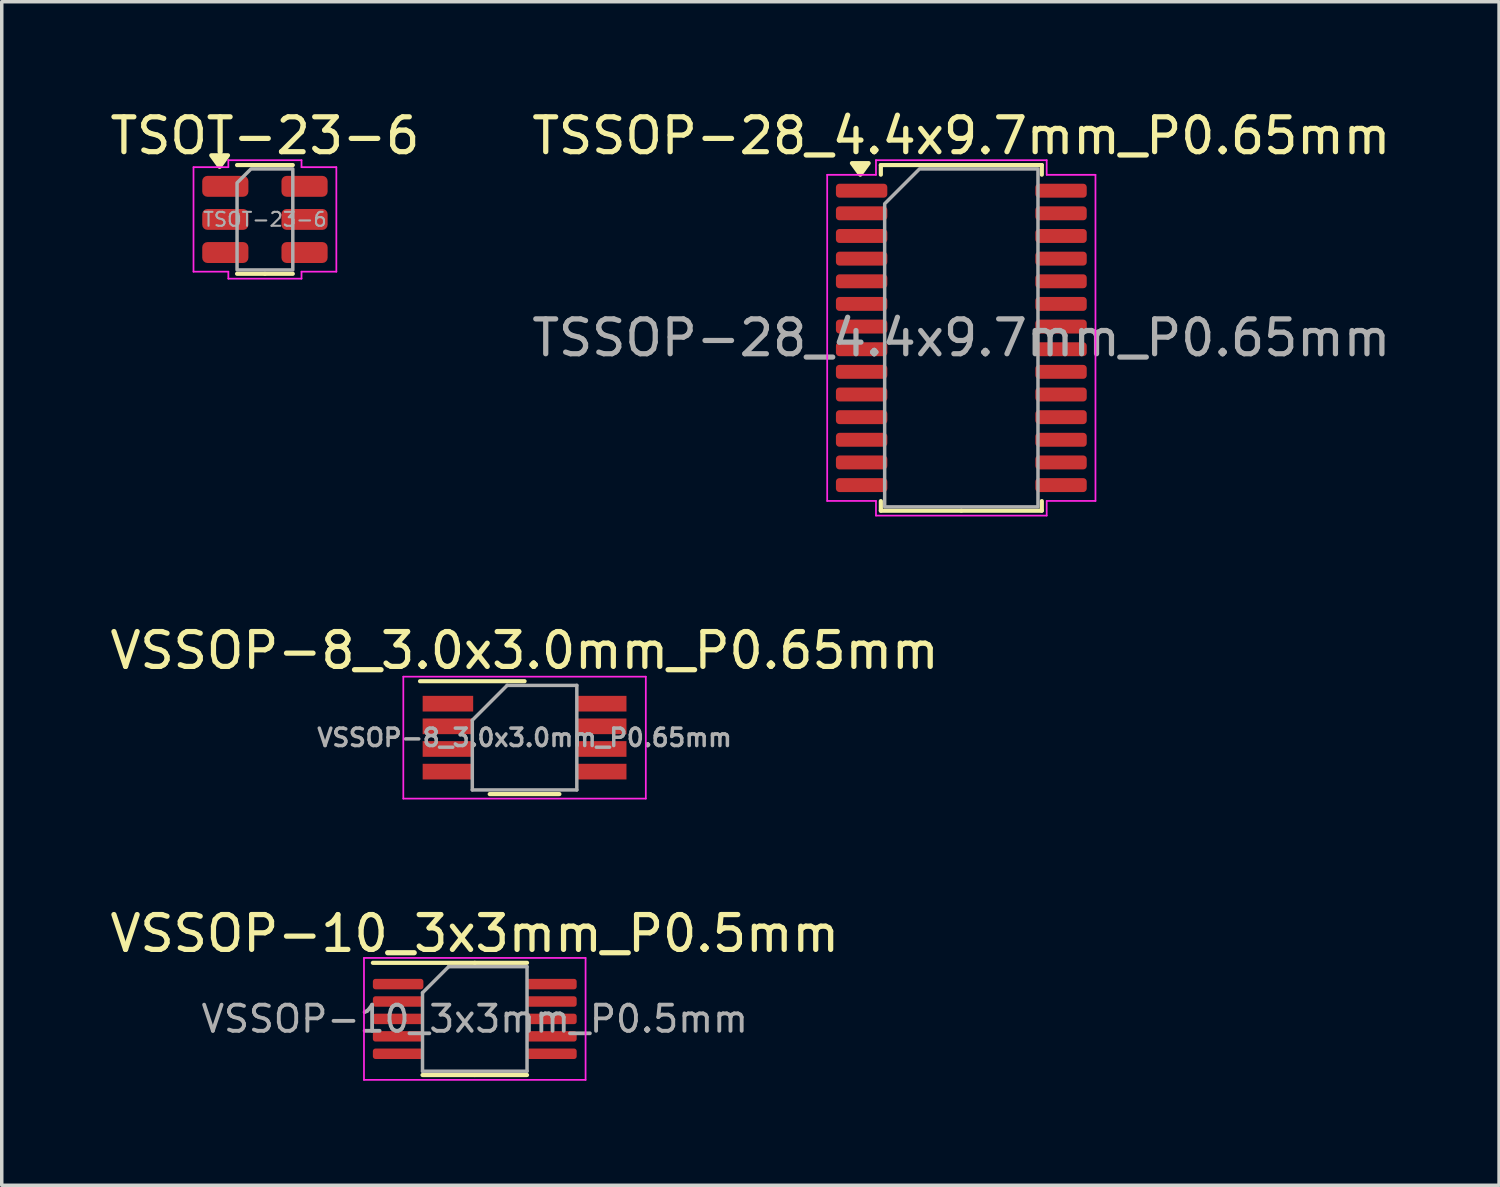
<source format=kicad_pcb>
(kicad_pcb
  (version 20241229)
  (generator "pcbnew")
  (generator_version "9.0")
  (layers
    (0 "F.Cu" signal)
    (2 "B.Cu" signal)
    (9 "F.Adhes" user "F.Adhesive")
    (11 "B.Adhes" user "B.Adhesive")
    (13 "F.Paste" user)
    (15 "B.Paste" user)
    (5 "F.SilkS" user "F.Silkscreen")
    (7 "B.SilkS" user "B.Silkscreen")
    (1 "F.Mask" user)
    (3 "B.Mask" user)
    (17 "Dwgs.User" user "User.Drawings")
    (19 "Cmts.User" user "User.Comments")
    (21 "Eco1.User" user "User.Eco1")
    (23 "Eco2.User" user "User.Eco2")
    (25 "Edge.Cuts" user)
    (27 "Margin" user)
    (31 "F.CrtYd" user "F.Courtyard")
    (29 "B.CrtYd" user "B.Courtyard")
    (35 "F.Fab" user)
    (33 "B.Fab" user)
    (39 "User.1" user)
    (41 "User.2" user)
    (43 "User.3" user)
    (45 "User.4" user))
  (footprint "VSSOP-8_3.0x3.0mm_P0.65mm"
    (layer "F.Cu")
    (at 12.006 18.122)
    (property "Reference" "VSSOP-8_3.0x3.0mm_P0.65mm" (at 0 -2.5 0) (layer "F.SilkS") (effects (font (size 1 1) (thickness 0.15))))
    (attr smd)
    (fp_line (start 0 -1.62) (end -3 -1.62) (stroke (width 0.12) (type solid)) (layer "F.SilkS"))
    (fp_line (start 1 1.62) (end -1 1.62) (stroke (width 0.12) (type solid)) (layer "F.SilkS"))
    (fp_line (start -3.48 -1.75) (end 3.48 -1.75) (stroke (width 0.05) (type solid)) (layer "F.CrtYd"))
    (fp_line (start -3.48 1.75) (end -3.48 -1.75) (stroke (width 0.05) (type solid)) (layer "F.CrtYd"))
    (fp_line (start 3.48 -1.75) (end 3.48 1.75) (stroke (width 0.05) (type solid)) (layer "F.CrtYd"))
    (fp_line (start 3.48 1.75) (end -3.48 1.75) (stroke (width 0.05) (type solid)) (layer "F.CrtYd"))
    (fp_line (start -1.5 1.5) (end -1.5 -0.5) (stroke (width 0.1) (type solid)) (layer "F.Fab"))
    (fp_line (start -0.5 -1.5) (end -1.5 -0.5) (stroke (width 0.1) (type solid)) (layer "F.Fab"))
    (fp_line (start -0.5 -1.5) (end 1.5 -1.5) (stroke (width 0.1) (type solid)) (layer "F.Fab"))
    (fp_line (start 1.5 -1.5) (end 1.5 1.5) (stroke (width 0.1) (type solid)) (layer "F.Fab"))
    (fp_line (start 1.5 1.5) (end -1.5 1.5) (stroke (width 0.1) (type solid)) (layer "F.Fab"))
    (fp_text user "${REFERENCE}" (at 0 0 0) (layer "F.Fab") (effects (font (size 0.5 0.5) (thickness 0.1))))
    (pad "1" smd rect (at -2.2 -0.975 270) (size 0.45 1.45) (layers "F.Cu" "F.Mask" "F.Paste"))
    (pad "2" smd rect (at -2.2 -0.325 270) (size 0.45 1.45) (layers "F.Cu" "F.Mask" "F.Paste"))
    (pad "3" smd rect (at -2.2 0.325 270) (size 0.45 1.45) (layers "F.Cu" "F.Mask" "F.Paste"))
    (pad "4" smd rect (at -2.2 0.975 270) (size 0.45 1.45) (layers "F.Cu" "F.Mask" "F.Paste"))
    (pad "5" smd rect (at 2.2 0.975 270) (size 0.45 1.45) (layers "F.Cu" "F.Mask" "F.Paste"))
    (pad "6" smd rect (at 2.2 0.325 270) (size 0.45 1.45) (layers "F.Cu" "F.Mask" "F.Paste"))
    (pad "7" smd rect (at 2.2 -0.325 270) (size 0.45 1.45) (layers "F.Cu" "F.Mask" "F.Paste"))
    (pad "8" smd rect (at 2.2 -0.975 270) (size 0.45 1.45) (layers "F.Cu" "F.Mask" "F.Paste")))
  (footprint "VSSOP-10_3x3mm_P0.5mm"
    (layer "F.Cu")
    (at 10.577 26.195)
    (property "Reference" "VSSOP-10_3x3mm_P0.5mm" (at 0 -2.45 0) (layer "F.SilkS") (effects (font (size 1 1) (thickness 0.15))))
    (attr smd)
    (fp_line (start 0 -1.61) (end -2.925 -1.61) (stroke (width 0.12) (type solid)) (layer "F.SilkS"))
    (fp_line (start 0 -1.61) (end 1.5 -1.61) (stroke (width 0.12) (type solid)) (layer "F.SilkS"))
    (fp_line (start 0 1.61) (end -1.5 1.61) (stroke (width 0.12) (type solid)) (layer "F.SilkS"))
    (fp_line (start 0 1.61) (end 1.5 1.61) (stroke (width 0.12) (type solid)) (layer "F.SilkS"))
    (fp_line (start -3.18 -1.75) (end -3.18 1.75) (stroke (width 0.05) (type solid)) (layer "F.CrtYd"))
    (fp_line (start -3.18 1.75) (end 3.18 1.75) (stroke (width 0.05) (type solid)) (layer "F.CrtYd"))
    (fp_line (start 3.18 -1.75) (end -3.18 -1.75) (stroke (width 0.05) (type solid)) (layer "F.CrtYd"))
    (fp_line (start 3.18 1.75) (end 3.18 -1.75) (stroke (width 0.05) (type solid)) (layer "F.CrtYd"))
    (fp_line (start -1.5 -0.75) (end -0.75 -1.5) (stroke (width 0.1) (type solid)) (layer "F.Fab"))
    (fp_line (start -1.5 1.5) (end -1.5 -0.75) (stroke (width 0.1) (type solid)) (layer "F.Fab"))
    (fp_line (start -0.75 -1.5) (end 1.5 -1.5) (stroke (width 0.1) (type solid)) (layer "F.Fab"))
    (fp_line (start 1.5 -1.5) (end 1.5 1.5) (stroke (width 0.1) (type solid)) (layer "F.Fab"))
    (fp_line (start 1.5 1.5) (end -1.5 1.5) (stroke (width 0.1) (type solid)) (layer "F.Fab"))
    (fp_text user "${REFERENCE}" (at 0 0 0) (layer "F.Fab") (effects (font (size 0.75 0.75) (thickness 0.11))))
    (pad "1" smd roundrect (at -2.2 -1) (size 1.45 0.3) (layers "F.Cu" "F.Mask" "F.Paste") (roundrect_rratio 0.25))
    (pad "2" smd roundrect (at -2.2 -0.5) (size 1.45 0.3) (layers "F.Cu" "F.Mask" "F.Paste") (roundrect_rratio 0.25))
    (pad "3" smd roundrect (at -2.2 0) (size 1.45 0.3) (layers "F.Cu" "F.Mask" "F.Paste") (roundrect_rratio 0.25))
    (pad "4" smd roundrect (at -2.2 0.5) (size 1.45 0.3) (layers "F.Cu" "F.Mask" "F.Paste") (roundrect_rratio 0.25))
    (pad "5" smd roundrect (at -2.2 1) (size 1.45 0.3) (layers "F.Cu" "F.Mask" "F.Paste") (roundrect_rratio 0.25))
    (pad "6" smd roundrect (at 2.2 1) (size 1.45 0.3) (layers "F.Cu" "F.Mask" "F.Paste") (roundrect_rratio 0.25))
    (pad "7" smd roundrect (at 2.2 0.5) (size 1.45 0.3) (layers "F.Cu" "F.Mask" "F.Paste") (roundrect_rratio 0.25))
    (pad "8" smd roundrect (at 2.2 0) (size 1.45 0.3) (layers "F.Cu" "F.Mask" "F.Paste") (roundrect_rratio 0.25))
    (pad "9" smd roundrect (at 2.2 -0.5) (size 1.45 0.3) (layers "F.Cu" "F.Mask" "F.Paste") (roundrect_rratio 0.25))
    (pad "10" smd roundrect (at 2.2 -1) (size 1.45 0.3) (layers "F.Cu" "F.Mask" "F.Paste") (roundrect_rratio 0.25)))
  (footprint "TSOT-23-6"
    (layer "F.Cu")
    (at 4.554 3.248)
    (property "Reference" "TSOT-23-6" (at 0 -2.4 0) (layer "F.SilkS") (effects (font (size 1 1) (thickness 0.15))))
    (attr smd)
    (fp_line (start 0 -1.56) (end -0.8 -1.56) (stroke (width 0.12) (type solid)) (layer "F.SilkS"))
    (fp_line (start 0 -1.56) (end 0.8 -1.56) (stroke (width 0.12) (type solid)) (layer "F.SilkS"))
    (fp_line (start 0 1.56) (end -0.8 1.56) (stroke (width 0.12) (type solid)) (layer "F.SilkS"))
    (fp_line (start 0 1.56) (end 0.8 1.56) (stroke (width 0.12) (type solid)) (layer "F.SilkS"))
    (fp_poly (pts (xy -1.3 -1.51) (xy -1.54 -1.84) (xy -1.06 -1.84)) (stroke (width 0.12) (type solid)) (fill yes) (layer "F.SilkS"))
    (fp_line (start -2.05 -1.5) (end -1.05 -1.5) (stroke (width 0.05) (type solid)) (layer "F.CrtYd"))
    (fp_line (start -2.05 1.5) (end -2.05 -1.5) (stroke (width 0.05) (type solid)) (layer "F.CrtYd"))
    (fp_line (start -1.05 -1.7) (end 1.05 -1.7) (stroke (width 0.05) (type solid)) (layer "F.CrtYd"))
    (fp_line (start -1.05 -1.5) (end -1.05 -1.7) (stroke (width 0.05) (type solid)) (layer "F.CrtYd"))
    (fp_line (start -1.05 1.5) (end -2.05 1.5) (stroke (width 0.05) (type solid)) (layer "F.CrtYd"))
    (fp_line (start -1.05 1.7) (end -1.05 1.5) (stroke (width 0.05) (type solid)) (layer "F.CrtYd"))
    (fp_line (start 1.05 -1.7) (end 1.05 -1.5) (stroke (width 0.05) (type solid)) (layer "F.CrtYd"))
    (fp_line (start 1.05 -1.5) (end 2.05 -1.5) (stroke (width 0.05) (type solid)) (layer "F.CrtYd"))
    (fp_line (start 1.05 1.5) (end 1.05 1.7) (stroke (width 0.05) (type solid)) (layer "F.CrtYd"))
    (fp_line (start 1.05 1.7) (end -1.05 1.7) (stroke (width 0.05) (type solid)) (layer "F.CrtYd"))
    (fp_line (start 2.05 -1.5) (end 2.05 1.5) (stroke (width 0.05) (type solid)) (layer "F.CrtYd"))
    (fp_line (start 2.05 1.5) (end 1.05 1.5) (stroke (width 0.05) (type solid)) (layer "F.CrtYd"))
    (fp_poly (pts (xy -0.8 -1.05) (xy -0.8 1.45) (xy 0.8 1.45) (xy 0.8 -1.45) (xy -0.4 -1.45)) (stroke (width 0.1) (type solid)) (fill no) (layer "F.Fab"))
    (fp_text user "${REFERENCE}" (at 0 0 0) (layer "F.Fab") (effects (font (size 0.4 0.4) (thickness 0.06))))
    (pad "1" smd roundrect (at -1.137 -0.95) (size 1.325 0.6) (layers "F.Cu" "F.Mask" "F.Paste") (roundrect_rratio 0.25))
    (pad "2" smd roundrect (at -1.137 0) (size 1.325 0.6) (layers "F.Cu" "F.Mask" "F.Paste") (roundrect_rratio 0.25))
    (pad "3" smd roundrect (at -1.137 0.95) (size 1.325 0.6) (layers "F.Cu" "F.Mask" "F.Paste") (roundrect_rratio 0.25))
    (pad "4" smd roundrect (at 1.137 0.95) (size 1.325 0.6) (layers "F.Cu" "F.Mask" "F.Paste") (roundrect_rratio 0.25))
    (pad "5" smd roundrect (at 1.137 0) (size 1.325 0.6) (layers "F.Cu" "F.Mask" "F.Paste") (roundrect_rratio 0.25))
    (pad "6" smd roundrect (at 1.137 -0.95) (size 1.325 0.6) (layers "F.Cu" "F.Mask" "F.Paste") (roundrect_rratio 0.25)))
  (footprint "TSSOP-28_4.4x9.7mm_P0.65mm"
    (layer "F.Cu")
    (at 24.542 6.648)
    (property "Reference" "TSSOP-28_4.4x9.7mm_P0.65mm" (at 0 -5.8 0) (layer "F.SilkS") (effects (font (size 1 1) (thickness 0.15))))
    (attr smd)
    (fp_line (start -2.31 -4.96) (end -2.31 -4.685) (stroke (width 0.12) (type solid)) (layer "F.SilkS"))
    (fp_line (start -2.31 4.96) (end -2.31 4.685) (stroke (width 0.12) (type solid)) (layer "F.SilkS"))
    (fp_line (start 0 -4.96) (end -2.31 -4.96) (stroke (width 0.12) (type solid)) (layer "F.SilkS"))
    (fp_line (start 0 -4.96) (end 2.31 -4.96) (stroke (width 0.12) (type solid)) (layer "F.SilkS"))
    (fp_line (start 0 4.96) (end -2.31 4.96) (stroke (width 0.12) (type solid)) (layer "F.SilkS"))
    (fp_line (start 0 4.96) (end 2.31 4.96) (stroke (width 0.12) (type solid)) (layer "F.SilkS"))
    (fp_line (start 2.31 -4.96) (end 2.31 -4.685) (stroke (width 0.12) (type solid)) (layer "F.SilkS"))
    (fp_line (start 2.31 4.96) (end 2.31 4.685) (stroke (width 0.12) (type solid)) (layer "F.SilkS"))
    (fp_poly (pts (xy -2.9 -4.685) (xy -3.14 -5.015) (xy -2.66 -5.015)) (stroke (width 0.12) (type solid)) (fill yes) (layer "F.SilkS"))
    (fp_line (start -3.85 -4.68) (end -2.45 -4.68) (stroke (width 0.05) (type solid)) (layer "F.CrtYd"))
    (fp_line (start -3.85 4.68) (end -3.85 -4.68) (stroke (width 0.05) (type solid)) (layer "F.CrtYd"))
    (fp_line (start -2.45 -5.1) (end 2.45 -5.1) (stroke (width 0.05) (type solid)) (layer "F.CrtYd"))
    (fp_line (start -2.45 -4.68) (end -2.45 -5.1) (stroke (width 0.05) (type solid)) (layer "F.CrtYd"))
    (fp_line (start -2.45 4.68) (end -3.85 4.68) (stroke (width 0.05) (type solid)) (layer "F.CrtYd"))
    (fp_line (start -2.45 5.1) (end -2.45 4.68) (stroke (width 0.05) (type solid)) (layer "F.CrtYd"))
    (fp_line (start 2.45 -5.1) (end 2.45 -4.68) (stroke (width 0.05) (type solid)) (layer "F.CrtYd"))
    (fp_line (start 2.45 -4.68) (end 3.85 -4.68) (stroke (width 0.05) (type solid)) (layer "F.CrtYd"))
    (fp_line (start 2.45 4.68) (end 2.45 5.1) (stroke (width 0.05) (type solid)) (layer "F.CrtYd"))
    (fp_line (start 2.45 5.1) (end -2.45 5.1) (stroke (width 0.05) (type solid)) (layer "F.CrtYd"))
    (fp_line (start 3.85 -4.68) (end 3.85 4.68) (stroke (width 0.05) (type solid)) (layer "F.CrtYd"))
    (fp_line (start 3.85 4.68) (end 2.45 4.68) (stroke (width 0.05) (type solid)) (layer "F.CrtYd"))
    (fp_poly (pts (xy -2.2 -3.85) (xy -2.2 4.85) (xy 2.2 4.85) (xy 2.2 -4.85) (xy -1.2 -4.85)) (stroke (width 0.1) (type solid)) (fill no) (layer "F.Fab"))
    (fp_text user "${REFERENCE}" (at 0 0 0) (layer "F.Fab") (effects (font (size 1 1) (thickness 0.15))))
    (pad "1" smd roundrect (at -2.862 -4.225) (size 1.475 0.4) (layers "F.Cu" "F.Mask" "F.Paste") (roundrect_rratio 0.25))
    (pad "2" smd roundrect (at -2.862 -3.575) (size 1.475 0.4) (layers "F.Cu" "F.Mask" "F.Paste") (roundrect_rratio 0.25))
    (pad "3" smd roundrect (at -2.862 -2.925) (size 1.475 0.4) (layers "F.Cu" "F.Mask" "F.Paste") (roundrect_rratio 0.25))
    (pad "4" smd roundrect (at -2.862 -2.275) (size 1.475 0.4) (layers "F.Cu" "F.Mask" "F.Paste") (roundrect_rratio 0.25))
    (pad "5" smd roundrect (at -2.862 -1.625) (size 1.475 0.4) (layers "F.Cu" "F.Mask" "F.Paste") (roundrect_rratio 0.25))
    (pad "6" smd roundrect (at -2.862 -0.975) (size 1.475 0.4) (layers "F.Cu" "F.Mask" "F.Paste") (roundrect_rratio 0.25))
    (pad "7" smd roundrect (at -2.862 -0.325) (size 1.475 0.4) (layers "F.Cu" "F.Mask" "F.Paste") (roundrect_rratio 0.25))
    (pad "8" smd roundrect (at -2.862 0.325) (size 1.475 0.4) (layers "F.Cu" "F.Mask" "F.Paste") (roundrect_rratio 0.25))
    (pad "9" smd roundrect (at -2.862 0.975) (size 1.475 0.4) (layers "F.Cu" "F.Mask" "F.Paste") (roundrect_rratio 0.25))
    (pad "10" smd roundrect (at -2.862 1.625) (size 1.475 0.4) (layers "F.Cu" "F.Mask" "F.Paste") (roundrect_rratio 0.25))
    (pad "11" smd roundrect (at -2.862 2.275) (size 1.475 0.4) (layers "F.Cu" "F.Mask" "F.Paste") (roundrect_rratio 0.25))
    (pad "12" smd roundrect (at -2.862 2.925) (size 1.475 0.4) (layers "F.Cu" "F.Mask" "F.Paste") (roundrect_rratio 0.25))
    (pad "13" smd roundrect (at -2.862 3.575) (size 1.475 0.4) (layers "F.Cu" "F.Mask" "F.Paste") (roundrect_rratio 0.25))
    (pad "14" smd roundrect (at -2.862 4.225) (size 1.475 0.4) (layers "F.Cu" "F.Mask" "F.Paste") (roundrect_rratio 0.25))
    (pad "15" smd roundrect (at 2.862 4.225) (size 1.475 0.4) (layers "F.Cu" "F.Mask" "F.Paste") (roundrect_rratio 0.25))
    (pad "16" smd roundrect (at 2.862 3.575) (size 1.475 0.4) (layers "F.Cu" "F.Mask" "F.Paste") (roundrect_rratio 0.25))
    (pad "17" smd roundrect (at 2.862 2.925) (size 1.475 0.4) (layers "F.Cu" "F.Mask" "F.Paste") (roundrect_rratio 0.25))
    (pad "18" smd roundrect (at 2.862 2.275) (size 1.475 0.4) (layers "F.Cu" "F.Mask" "F.Paste") (roundrect_rratio 0.25))
    (pad "19" smd roundrect (at 2.862 1.625) (size 1.475 0.4) (layers "F.Cu" "F.Mask" "F.Paste") (roundrect_rratio 0.25))
    (pad "20" smd roundrect (at 2.862 0.975) (size 1.475 0.4) (layers "F.Cu" "F.Mask" "F.Paste") (roundrect_rratio 0.25))
    (pad "21" smd roundrect (at 2.862 0.325) (size 1.475 0.4) (layers "F.Cu" "F.Mask" "F.Paste") (roundrect_rratio 0.25))
    (pad "22" smd roundrect (at 2.862 -0.325) (size 1.475 0.4) (layers "F.Cu" "F.Mask" "F.Paste") (roundrect_rratio 0.25))
    (pad "23" smd roundrect (at 2.862 -0.975) (size 1.475 0.4) (layers "F.Cu" "F.Mask" "F.Paste") (roundrect_rratio 0.25))
    (pad "24" smd roundrect (at 2.862 -1.625) (size 1.475 0.4) (layers "F.Cu" "F.Mask" "F.Paste") (roundrect_rratio 0.25))
    (pad "25" smd roundrect (at 2.862 -2.275) (size 1.475 0.4) (layers "F.Cu" "F.Mask" "F.Paste") (roundrect_rratio 0.25))
    (pad "26" smd roundrect (at 2.862 -2.925) (size 1.475 0.4) (layers "F.Cu" "F.Mask" "F.Paste") (roundrect_rratio 0.25))
    (pad "27" smd roundrect (at 2.862 -3.575) (size 1.475 0.4) (layers "F.Cu" "F.Mask" "F.Paste") (roundrect_rratio 0.25))
    (pad "28" smd roundrect (at 2.862 -4.225) (size 1.475 0.4) (layers "F.Cu" "F.Mask" "F.Paste") (roundrect_rratio 0.25)))
  (gr_rect
    (start -3 -3)
    (end 39.976 30.97)
    (stroke (width 0.1) (type default))
    (fill no)
    (layer "Edge.Cuts")))
</source>
